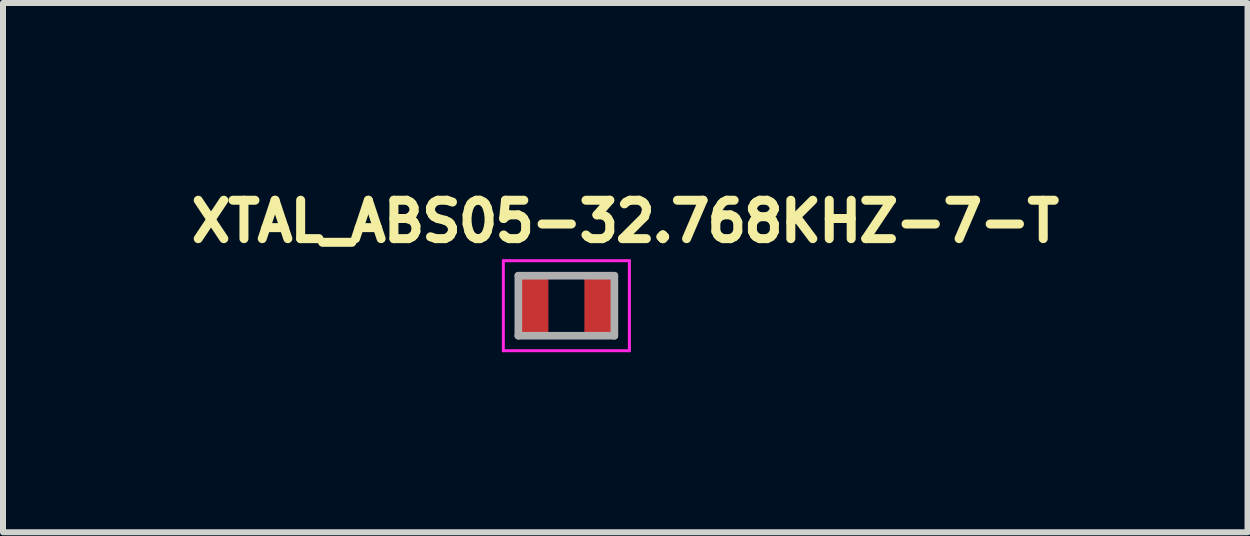
<source format=kicad_pcb>
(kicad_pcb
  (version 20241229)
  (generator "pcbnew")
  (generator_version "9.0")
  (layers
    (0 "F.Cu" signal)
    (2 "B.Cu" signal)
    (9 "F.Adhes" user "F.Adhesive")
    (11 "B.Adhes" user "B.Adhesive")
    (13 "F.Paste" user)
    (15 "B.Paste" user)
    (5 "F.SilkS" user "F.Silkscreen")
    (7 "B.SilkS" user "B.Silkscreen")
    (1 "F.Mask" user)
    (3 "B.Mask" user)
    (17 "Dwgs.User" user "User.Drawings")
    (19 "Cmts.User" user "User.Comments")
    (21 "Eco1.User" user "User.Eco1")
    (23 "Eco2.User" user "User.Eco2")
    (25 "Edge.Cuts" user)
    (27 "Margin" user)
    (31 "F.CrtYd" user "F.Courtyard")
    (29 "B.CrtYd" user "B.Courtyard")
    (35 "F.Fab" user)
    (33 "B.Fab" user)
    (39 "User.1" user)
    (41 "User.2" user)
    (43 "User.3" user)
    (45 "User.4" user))
  (footprint "XTAL_ABS05-32.768KHZ-7-T"
    (layer "F.Cu")
    (at 6.387 2.044)
    (property "Reference" "XTAL_ABS05-32.768KHZ-7-T" (at 0.982 -1.406 0) (layer "F.SilkS") (effects (font (size 0.64 0.64) (thickness 0.15))))
    (attr smd)
    (fp_line (start -1.05 -0.75) (end -1.05 0.75) (stroke (width 0.05) (type solid)) (layer "F.CrtYd"))
    (fp_line (start -1.05 0.75) (end 1.05 0.75) (stroke (width 0.05) (type solid)) (layer "F.CrtYd"))
    (fp_line (start 1.05 -0.75) (end -1.05 -0.75) (stroke (width 0.05) (type solid)) (layer "F.CrtYd"))
    (fp_line (start 1.05 0.75) (end 1.05 -0.75) (stroke (width 0.05) (type solid)) (layer "F.CrtYd"))
    (fp_line (start -0.8 -0.5) (end -0.8 0.5) (stroke (width 0.127) (type solid)) (layer "F.Fab"))
    (fp_line (start -0.8 -0.5) (end 0.8 -0.5) (stroke (width 0.127) (type solid)) (layer "F.Fab"))
    (fp_line (start -0.8 0.5) (end 0.8 0.5) (stroke (width 0.127) (type solid)) (layer "F.Fab"))
    (fp_line (start 0.8 -0.5) (end 0.8 0.5) (stroke (width 0.127) (type solid)) (layer "F.Fab"))
    (pad "1" smd rect (at -0.55 0) (size 0.5 1) (layers "F.Cu" "F.Mask" "F.Paste"))
    (pad "2" smd rect (at 0.55 0) (size 0.5 1) (layers "F.Cu" "F.Mask" "F.Paste")))
  (gr_rect
    (start -3 -3)
    (end 17.737 5.819)
    (stroke (width 0.1) (type default))
    (fill no)
    (layer "Edge.Cuts")))
</source>
